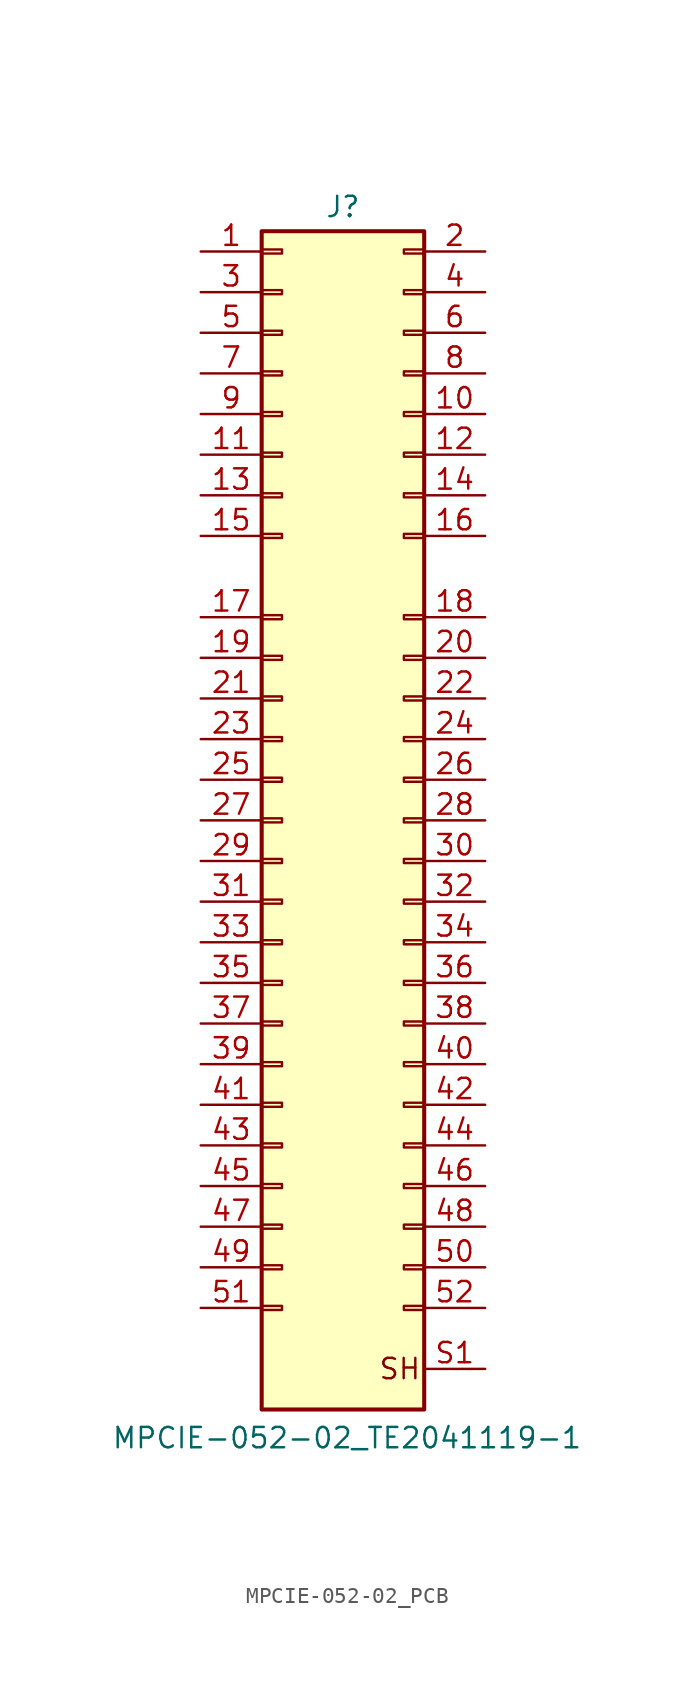
<source format=kicad_sym>
(kicad_symbol_lib
  (version 20231120)
  (generator "kicad_symbol_editor")
  (generator_version "8.0")
  (symbol "MPCIE-052-02_PCB"
    (pin_names
      (offset 1.016) hide)
    (property "Reference" "J"
      (at 0 1.524 0)
      (effects (font (size 1.27 1.27))))
    (property "Value" "MPCIE-052-02_TE2041119-1"
      (at 0.254 -75.438 0)
      (effects (font (size 1.27 1.27))))
    (symbol "MPCIE-052-02_PCB_1_0"
      (pin passive line (at 8.89 -71.12 180) (length 3.81) (name "SH" (effects (font (size 1.27 1.27)))) (number "S1" (effects (font (size 1.27 1.27)))))
      (pin passive line (at 8.89 -71.12 180) (length 3.81) hide (name "SH" (effects (font (size 1.27 1.27)))) (number "S2" (effects (font (size 1.27 1.27))))))
    (symbol "MPCIE-052-02_PCB_1_1"
      (rectangle (start -5.08 -67.183) (end -3.81 -67.437) (stroke (width 0.152) (type default)) (fill (type none)))
      (rectangle (start -5.08 -64.643) (end -3.81 -64.897) (stroke (width 0.152) (type default)) (fill (type none)))
      (rectangle (start -5.08 -62.103) (end -3.81 -62.357) (stroke (width 0.152) (type default)) (fill (type none)))
      (rectangle (start -5.08 -59.563) (end -3.81 -59.817) (stroke (width 0.152) (type default)) (fill (type none)))
      (rectangle (start -5.08 -57.023) (end -3.81 -57.277) (stroke (width 0.152) (type default)) (fill (type none)))
      (rectangle (start -5.08 -54.483) (end -3.81 -54.737) (stroke (width 0.152) (type default)) (fill (type none)))
      (rectangle (start -5.08 -51.943) (end -3.81 -52.197) (stroke (width 0.152) (type default)) (fill (type none)))
      (rectangle (start -5.08 -49.403) (end -3.81 -49.657) (stroke (width 0.152) (type default)) (fill (type none)))
      (rectangle (start -5.08 -46.863) (end -3.81 -47.117) (stroke (width 0.152) (type default)) (fill (type none)))
      (rectangle (start -5.08 -44.323) (end -3.81 -44.577) (stroke (width 0.152) (type default)) (fill (type none)))
      (rectangle (start -5.08 -41.783) (end -3.81 -42.037) (stroke (width 0.152) (type default)) (fill (type none)))
      (rectangle (start -5.08 -39.243) (end -3.81 -39.497) (stroke (width 0.152) (type default)) (fill (type none)))
      (rectangle (start -5.08 -36.703) (end -3.81 -36.957) (stroke (width 0.152) (type default)) (fill (type none)))
      (rectangle (start -5.08 -34.163) (end -3.81 -34.417) (stroke (width 0.152) (type default)) (fill (type none)))
      (rectangle (start -5.08 -31.623) (end -3.81 -31.877) (stroke (width 0.152) (type default)) (fill (type none)))
      (rectangle (start -5.08 -29.083) (end -3.81 -29.337) (stroke (width 0.152) (type default)) (fill (type none)))
      (rectangle (start -5.08 -26.543) (end -3.81 -26.797) (stroke (width 0.152) (type default)) (fill (type none)))
      (rectangle (start -5.08 -24.003) (end -3.81 -24.257) (stroke (width 0.152) (type default)) (fill (type none)))
      (rectangle (start -5.08 -18.923) (end -3.81 -19.177) (stroke (width 0.152) (type default)) (fill (type none)))
      (rectangle (start -5.08 -16.383) (end -3.81 -16.637) (stroke (width 0.152) (type default)) (fill (type none)))
      (rectangle (start -5.08 -13.843) (end -3.81 -14.097) (stroke (width 0.152) (type default)) (fill (type none)))
      (rectangle (start -5.08 -11.303) (end -3.81 -11.557) (stroke (width 0.152) (type default)) (fill (type none)))
      (rectangle (start -5.08 -8.763) (end -3.81 -9.017) (stroke (width 0.152) (type default)) (fill (type none)))
      (rectangle (start -5.08 -6.223) (end -3.81 -6.477) (stroke (width 0.152) (type default)) (fill (type none)))
      (rectangle (start -5.08 -3.683) (end -3.81 -3.937) (stroke (width 0.152) (type default)) (fill (type none)))
      (rectangle (start -5.08 -1.143) (end -3.81 -1.397) (stroke (width 0.152) (type default)) (fill (type none)))
      (rectangle (start -5.08 0) (end 5.08 -73.66) (stroke (width 0.254) (type default)) (fill (type background)))
      (rectangle (start 5.08 -67.183) (end 3.81 -67.437) (stroke (width 0.152) (type default)) (fill (type none)))
      (rectangle (start 5.08 -64.643) (end 3.81 -64.897) (stroke (width 0.152) (type default)) (fill (type none)))
      (rectangle (start 5.08 -62.103) (end 3.81 -62.357) (stroke (width 0.152) (type default)) (fill (type none)))
      (rectangle (start 5.08 -59.563) (end 3.81 -59.817) (stroke (width 0.152) (type default)) (fill (type none)))
      (rectangle (start 5.08 -57.023) (end 3.81 -57.277) (stroke (width 0.152) (type default)) (fill (type none)))
      (rectangle (start 5.08 -54.483) (end 3.81 -54.737) (stroke (width 0.152) (type default)) (fill (type none)))
      (rectangle (start 5.08 -51.943) (end 3.81 -52.197) (stroke (width 0.152) (type default)) (fill (type none)))
      (rectangle (start 5.08 -49.403) (end 3.81 -49.657) (stroke (width 0.152) (type default)) (fill (type none)))
      (rectangle (start 5.08 -46.863) (end 3.81 -47.117) (stroke (width 0.152) (type default)) (fill (type none)))
      (rectangle (start 5.08 -44.323) (end 3.81 -44.577) (stroke (width 0.152) (type default)) (fill (type none)))
      (rectangle (start 5.08 -41.783) (end 3.81 -42.037) (stroke (width 0.152) (type default)) (fill (type none)))
      (rectangle (start 5.08 -39.243) (end 3.81 -39.497) (stroke (width 0.152) (type default)) (fill (type none)))
      (rectangle (start 5.08 -36.703) (end 3.81 -36.957) (stroke (width 0.152) (type default)) (fill (type none)))
      (rectangle (start 5.08 -34.163) (end 3.81 -34.417) (stroke (width 0.152) (type default)) (fill (type none)))
      (rectangle (start 5.08 -31.623) (end 3.81 -31.877) (stroke (width 0.152) (type default)) (fill (type none)))
      (rectangle (start 5.08 -29.083) (end 3.81 -29.337) (stroke (width 0.152) (type default)) (fill (type none)))
      (rectangle (start 5.08 -26.543) (end 3.81 -26.797) (stroke (width 0.152) (type default)) (fill (type none)))
      (rectangle (start 5.08 -24.003) (end 3.81 -24.257) (stroke (width 0.152) (type default)) (fill (type none)))
      (rectangle (start 5.08 -18.923) (end 3.81 -19.177) (stroke (width 0.152) (type default)) (fill (type none)))
      (rectangle (start 5.08 -16.383) (end 3.81 -16.637) (stroke (width 0.152) (type default)) (fill (type none)))
      (rectangle (start 5.08 -13.843) (end 3.81 -14.097) (stroke (width 0.152) (type default)) (fill (type none)))
      (rectangle (start 5.08 -11.303) (end 3.81 -11.557) (stroke (width 0.152) (type default)) (fill (type none)))
      (rectangle (start 5.08 -8.763) (end 3.81 -9.017) (stroke (width 0.152) (type default)) (fill (type none)))
      (rectangle (start 5.08 -6.223) (end 3.81 -6.477) (stroke (width 0.152) (type default)) (fill (type none)))
      (rectangle (start 5.08 -3.683) (end 3.81 -3.937) (stroke (width 0.152) (type default)) (fill (type none)))
      (rectangle (start 5.08 -1.143) (end 3.81 -1.397) (stroke (width 0.152) (type default)) (fill (type none)))
      (text "SH" (at 3.556 -71.12 0) (effects (font (size 1.27 1.27))))
      (pin passive line (at -8.89 -1.27 0) (length 3.81) (name "Pin_1" (effects (font (size 1.27 1.27)))) (number "1" (effects (font (size 1.27 1.27)))))
      (pin passive line (at 8.89 -11.43 180) (length 3.81) (name "Pin_10" (effects (font (size 1.27 1.27)))) (number "10" (effects (font (size 1.27 1.27)))))
      (pin passive line (at -8.89 -13.97 0) (length 3.81) (name "Pin_11" (effects (font (size 1.27 1.27)))) (number "11" (effects (font (size 1.27 1.27)))))
      (pin passive line (at 8.89 -13.97 180) (length 3.81) (name "Pin_12" (effects (font (size 1.27 1.27)))) (number "12" (effects (font (size 1.27 1.27)))))
      (pin passive line (at -8.89 -16.51 0) (length 3.81) (name "Pin_13" (effects (font (size 1.27 1.27)))) (number "13" (effects (font (size 1.27 1.27)))))
      (pin passive line (at 8.89 -16.51 180) (length 3.81) (name "Pin_14" (effects (font (size 1.27 1.27)))) (number "14" (effects (font (size 1.27 1.27)))))
      (pin passive line (at -8.89 -19.05 0) (length 3.81) (name "Pin_15" (effects (font (size 1.27 1.27)))) (number "15" (effects (font (size 1.27 1.27)))))
      (pin passive line (at 8.89 -19.05 180) (length 3.81) (name "Pin_16" (effects (font (size 1.27 1.27)))) (number "16" (effects (font (size 1.27 1.27)))))
      (pin passive line (at -8.89 -24.13 0) (length 3.81) (name "Pin_17" (effects (font (size 1.27 1.27)))) (number "17" (effects (font (size 1.27 1.27)))))
      (pin passive line (at 8.89 -24.13 180) (length 3.81) (name "Pin_18" (effects (font (size 1.27 1.27)))) (number "18" (effects (font (size 1.27 1.27)))))
      (pin passive line (at -8.89 -26.67 0) (length 3.81) (name "Pin_19" (effects (font (size 1.27 1.27)))) (number "19" (effects (font (size 1.27 1.27)))))
      (pin passive line (at 8.89 -1.27 180) (length 3.81) (name "Pin_2" (effects (font (size 1.27 1.27)))) (number "2" (effects (font (size 1.27 1.27)))))
      (pin passive line (at 8.89 -26.67 180) (length 3.81) (name "Pin_20" (effects (font (size 1.27 1.27)))) (number "20" (effects (font (size 1.27 1.27)))))
      (pin passive line (at -8.89 -29.21 0) (length 3.81) (name "Pin_21" (effects (font (size 1.27 1.27)))) (number "21" (effects (font (size 1.27 1.27)))))
      (pin passive line (at 8.89 -29.21 180) (length 3.81) (name "Pin_22" (effects (font (size 1.27 1.27)))) (number "22" (effects (font (size 1.27 1.27)))))
      (pin passive line (at -8.89 -31.75 0) (length 3.81) (name "Pin_23" (effects (font (size 1.27 1.27)))) (number "23" (effects (font (size 1.27 1.27)))))
      (pin passive line (at 8.89 -31.75 180) (length 3.81) (name "Pin_24" (effects (font (size 1.27 1.27)))) (number "24" (effects (font (size 1.27 1.27)))))
      (pin passive line (at -8.89 -34.29 0) (length 3.81) (name "Pin_25" (effects (font (size 1.27 1.27)))) (number "25" (effects (font (size 1.27 1.27)))))
      (pin passive line (at 8.89 -34.29 180) (length 3.81) (name "Pin_26" (effects (font (size 1.27 1.27)))) (number "26" (effects (font (size 1.27 1.27)))))
      (pin passive line (at -8.89 -36.83 0) (length 3.81) (name "Pin_27" (effects (font (size 1.27 1.27)))) (number "27" (effects (font (size 1.27 1.27)))))
      (pin passive line (at 8.89 -36.83 180) (length 3.81) (name "Pin_28" (effects (font (size 1.27 1.27)))) (number "28" (effects (font (size 1.27 1.27)))))
      (pin passive line (at -8.89 -39.37 0) (length 3.81) (name "Pin_29" (effects (font (size 1.27 1.27)))) (number "29" (effects (font (size 1.27 1.27)))))
      (pin passive line (at -8.89 -3.81 0) (length 3.81) (name "Pin_3" (effects (font (size 1.27 1.27)))) (number "3" (effects (font (size 1.27 1.27)))))
      (pin passive line (at 8.89 -39.37 180) (length 3.81) (name "Pin_30" (effects (font (size 1.27 1.27)))) (number "30" (effects (font (size 1.27 1.27)))))
      (pin passive line (at -8.89 -41.91 0) (length 3.81) (name "Pin_31" (effects (font (size 1.27 1.27)))) (number "31" (effects (font (size 1.27 1.27)))))
      (pin passive line (at 8.89 -41.91 180) (length 3.81) (name "Pin_32" (effects (font (size 1.27 1.27)))) (number "32" (effects (font (size 1.27 1.27)))))
      (pin passive line (at -8.89 -44.45 0) (length 3.81) (name "Pin_33" (effects (font (size 1.27 1.27)))) (number "33" (effects (font (size 1.27 1.27)))))
      (pin passive line (at 8.89 -44.45 180) (length 3.81) (name "Pin_34" (effects (font (size 1.27 1.27)))) (number "34" (effects (font (size 1.27 1.27)))))
      (pin passive line (at -8.89 -46.99 0) (length 3.81) (name "Pin_35" (effects (font (size 1.27 1.27)))) (number "35" (effects (font (size 1.27 1.27)))))
      (pin passive line (at 8.89 -46.99 180) (length 3.81) (name "Pin_36" (effects (font (size 1.27 1.27)))) (number "36" (effects (font (size 1.27 1.27)))))
      (pin passive line (at -8.89 -49.53 0) (length 3.81) (name "Pin_37" (effects (font (size 1.27 1.27)))) (number "37" (effects (font (size 1.27 1.27)))))
      (pin passive line (at 8.89 -49.53 180) (length 3.81) (name "Pin_38" (effects (font (size 1.27 1.27)))) (number "38" (effects (font (size 1.27 1.27)))))
      (pin passive line (at -8.89 -52.07 0) (length 3.81) (name "Pin_39" (effects (font (size 1.27 1.27)))) (number "39" (effects (font (size 1.27 1.27)))))
      (pin passive line (at 8.89 -3.81 180) (length 3.81) (name "Pin_4" (effects (font (size 1.27 1.27)))) (number "4" (effects (font (size 1.27 1.27)))))
      (pin passive line (at 8.89 -52.07 180) (length 3.81) (name "Pin_40" (effects (font (size 1.27 1.27)))) (number "40" (effects (font (size 1.27 1.27)))))
      (pin passive line (at -8.89 -54.61 0) (length 3.81) (name "Pin_41" (effects (font (size 1.27 1.27)))) (number "41" (effects (font (size 1.27 1.27)))))
      (pin passive line (at 8.89 -54.61 180) (length 3.81) (name "Pin_42" (effects (font (size 1.27 1.27)))) (number "42" (effects (font (size 1.27 1.27)))))
      (pin passive line (at -8.89 -57.15 0) (length 3.81) (name "Pin_43" (effects (font (size 1.27 1.27)))) (number "43" (effects (font (size 1.27 1.27)))))
      (pin passive line (at 8.89 -57.15 180) (length 3.81) (name "Pin_44" (effects (font (size 1.27 1.27)))) (number "44" (effects (font (size 1.27 1.27)))))
      (pin passive line (at -8.89 -59.69 0) (length 3.81) (name "Pin_45" (effects (font (size 1.27 1.27)))) (number "45" (effects (font (size 1.27 1.27)))))
      (pin passive line (at 8.89 -59.69 180) (length 3.81) (name "Pin_46" (effects (font (size 1.27 1.27)))) (number "46" (effects (font (size 1.27 1.27)))))
      (pin passive line (at -8.89 -62.23 0) (length 3.81) (name "Pin_47" (effects (font (size 1.27 1.27)))) (number "47" (effects (font (size 1.27 1.27)))))
      (pin passive line (at 8.89 -62.23 180) (length 3.81) (name "Pin_48" (effects (font (size 1.27 1.27)))) (number "48" (effects (font (size 1.27 1.27)))))
      (pin passive line (at -8.89 -64.77 0) (length 3.81) (name "Pin_49" (effects (font (size 1.27 1.27)))) (number "49" (effects (font (size 1.27 1.27)))))
      (pin passive line (at -8.89 -6.35 0) (length 3.81) (name "Pin_5" (effects (font (size 1.27 1.27)))) (number "5" (effects (font (size 1.27 1.27)))))
      (pin passive line (at 8.89 -64.77 180) (length 3.81) (name "Pin_50" (effects (font (size 1.27 1.27)))) (number "50" (effects (font (size 1.27 1.27)))))
      (pin passive line (at -8.89 -67.31 0) (length 3.81) (name "Pin_51" (effects (font (size 1.27 1.27)))) (number "51" (effects (font (size 1.27 1.27)))))
      (pin passive line (at 8.89 -67.31 180) (length 3.81) (name "Pin_52" (effects (font (size 1.27 1.27)))) (number "52" (effects (font (size 1.27 1.27)))))
      (pin passive line (at 8.89 -6.35 180) (length 3.81) (name "Pin_6" (effects (font (size 1.27 1.27)))) (number "6" (effects (font (size 1.27 1.27)))))
      (pin passive line (at -8.89 -8.89 0) (length 3.81) (name "Pin_7" (effects (font (size 1.27 1.27)))) (number "7" (effects (font (size 1.27 1.27)))))
      (pin passive line (at 8.89 -8.89 180) (length 3.81) (name "Pin_8" (effects (font (size 1.27 1.27)))) (number "8" (effects (font (size 1.27 1.27)))))
      (pin passive line (at -8.89 -11.43 0) (length 3.81) (name "Pin_9" (effects (font (size 1.27 1.27)))) (number "9" (effects (font (size 1.27 1.27))))))))
</source>
